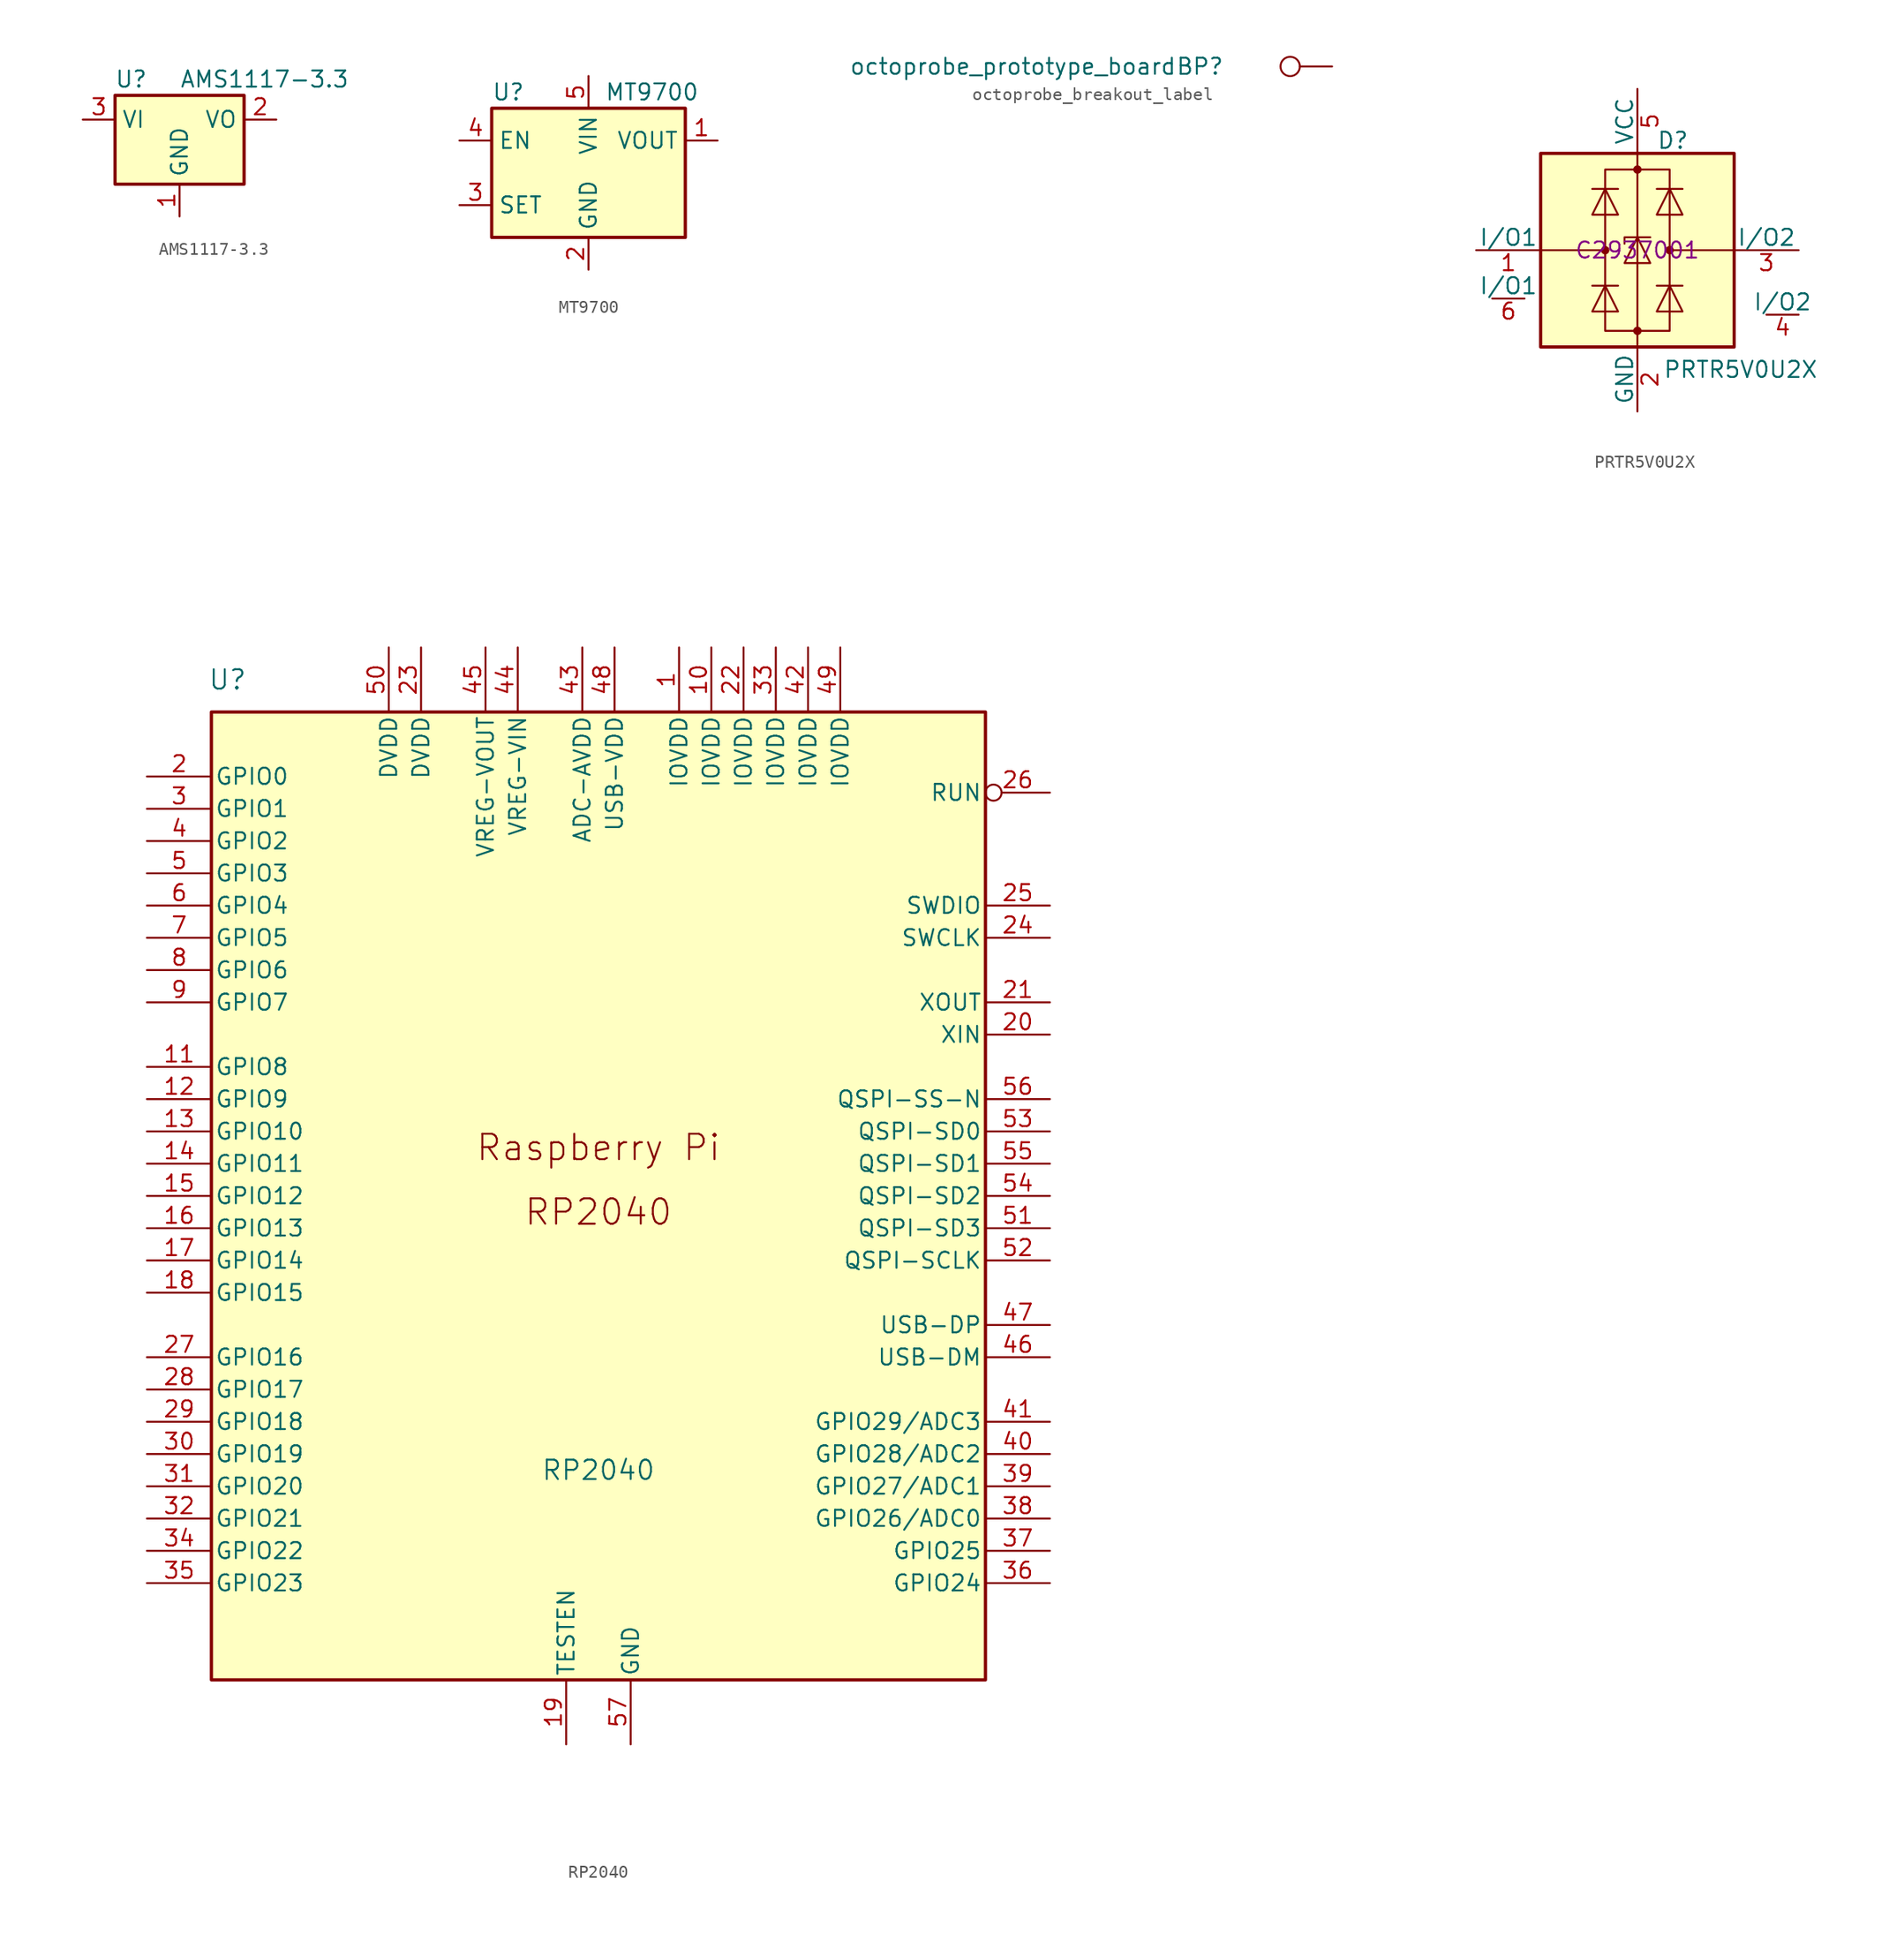
<source format=kicad_sym>
(kicad_symbol_lib
  (version 20241209)
  (generator "kicad_symbol_editor")
  (generator_version "9.0")
  (symbol "AMS1117-3.3"
    (property "Reference" "U"
      (at -3.81 3.175 0)
      (effects (font (size 1.27 1.27))))
    (property "Value" "AMS1117-3.3"
      (at 0 3.175 0)
      (effects (font (size 1.27 1.27)) (justify left)))
    (symbol "AMS1117-3.3_0_1"
      (rectangle (start -5.08 1.905) (end 5.08 -5.08) (stroke (width 0.254) (type default)) (fill (type background))))
    (symbol "AMS1117-3.3_1_1"
      (pin power_in line (at -7.62 0 0) (length 2.54) (name "VI" (effects (font (size 1.27 1.27)))) (number "3" (effects (font (size 1.27 1.27)))))
      (pin power_in line (at 0 -7.62 90) (length 2.54) (name "GND" (effects (font (size 1.27 1.27)))) (number "1" (effects (font (size 1.27 1.27)))))
      (pin power_out line (at 7.62 0 180) (length 2.54) (name "VO" (effects (font (size 1.27 1.27)))) (number "2" (effects (font (size 1.27 1.27)))))))
  (symbol "MT9700"
    (property "Reference" "U"
      (at -7.62 6.35 0)
      (effects (font (size 1.27 1.27)) (justify left)))
    (property "Value" "MT9700"
      (at 1.27 6.35 0)
      (effects (font (size 1.27 1.27)) (justify left)))
    (symbol "MT9700_0_1"
      (rectangle (start -7.62 5.08) (end 7.62 -5.08) (stroke (width 0.254) (type default)) (fill (type background))))
    (symbol "MT9700_1_1"
      (pin input line (at -10.16 2.54 0) (length 2.54) (name "EN" (effects (font (size 1.27 1.27)))) (number "4" (effects (font (size 1.27 1.27)))))
      (pin input line (at -10.16 -2.54 0) (length 2.54) (name "SET" (effects (font (size 1.27 1.27)))) (number "3" (effects (font (size 1.27 1.27)))))
      (pin power_in line (at 0 7.62 270) (length 2.54) (name "VIN" (effects (font (size 1.27 1.27)))) (number "5" (effects (font (size 1.27 1.27)))))
      (pin power_in line (at 0 -7.62 90) (length 2.54) (name "GND" (effects (font (size 1.27 1.27)))) (number "2" (effects (font (size 1.27 1.27)))))
      (pin power_out line (at 10.16 2.54 180) (length 2.54) (name "VOUT" (effects (font (size 1.27 1.27)))) (number "1" (effects (font (size 1.27 1.27)))))))
  (symbol "octoprobe_breakout_label"
    (pin_numbers
      (hide yes))
    (pin_names
      (offset 0.762)
      (hide yes))
    (property "Reference" "BP"
      (at -10.414 0 0)
      (effects (font (size 1.27 1.27))))
    (property "Value" "octoprobe_prototype_board"
      (at -25.146 0 0)
      (effects (font (size 1.27 1.27))))
    (symbol "octoprobe_breakout_label_0_1"
      (circle (center -3.302 0) (radius 0.762) (stroke (width 0) (type default)) (fill (type none))))
    (symbol "octoprobe_breakout_label_1_1"
      (pin passive line (at 0 0 180) (length 2.54) (name "1" (effects (font (size 1.27 1.27)))) (number "1" (effects (font (size 1.27 1.27)))))))
  (symbol "PRTR5V0U2X"
    (pin_names
      (offset 0))
    (property "Reference" "D"
      (at 2.794 8.636 0)
      (effects (font (size 1.27 1.27))))
    (property "Value" "PRTR5V0U2X"
      (at 8.128 -9.398 0)
      (effects (font (size 1.27 1.27))))
    (property "JLC" "C2937001"
      (at 0 0 0)
      (effects (font (size 1.27 1.27))))
    (symbol "PRTR5V0U2X_0_1"
      (rectangle (start -7.62 7.62) (end 7.62 -7.62) (stroke (width 0.254) (type default)) (fill (type background)))
      (polyline (pts (xy -3.556 2.794) (xy -1.524 2.794) (xy -2.54 4.826) (xy -3.556 2.794)) (stroke (width 0) (type default)) (fill (type none)))
      (polyline (pts (xy -3.556 -4.826) (xy -1.524 -4.826) (xy -2.54 -2.794) (xy -3.556 -4.826)) (stroke (width 0) (type default)) (fill (type none)))
      (rectangle (start -2.54 6.35) (end 2.54 -6.35) (stroke (width 0) (type default)) (fill (type none)))
      (circle (center -2.54 0) (radius 0.254) (stroke (width 0) (type default)) (fill (type outline)))
      (polyline (pts (xy -2.54 0) (xy -7.62 0)) (stroke (width 0) (type default)) (fill (type none)))
      (polyline (pts (xy -1.524 4.826) (xy -3.556 4.826)) (stroke (width 0) (type default)) (fill (type none)))
      (polyline (pts (xy -1.524 -2.794) (xy -3.556 -2.794)) (stroke (width 0) (type default)) (fill (type none)))
      (polyline (pts (xy -1.016 -1.016) (xy 1.016 -1.016) (xy 0 1.016) (xy -1.016 -1.016)) (stroke (width 0) (type default)) (fill (type none)))
      (circle (center 0 6.35) (radius 0.254) (stroke (width 0) (type default)) (fill (type outline)))
      (circle (center 0 -6.35) (radius 0.254) (stroke (width 0) (type default)) (fill (type outline)))
      (polyline (pts (xy 0 -7.62) (xy 0 7.62)) (stroke (width 0) (type default)) (fill (type none)))
      (polyline (pts (xy 1.016 1.016) (xy -1.016 1.016) (xy -1.016 0.508)) (stroke (width 0) (type default)) (fill (type none)))
      (polyline (pts (xy 1.524 4.826) (xy 3.556 4.826)) (stroke (width 0) (type default)) (fill (type none)))
      (polyline (pts (xy 1.524 -2.794) (xy 3.556 -2.794)) (stroke (width 0) (type default)) (fill (type none)))
      (polyline (pts (xy 2.54 0) (xy 7.62 0)) (stroke (width 0) (type default)) (fill (type none)))
      (circle (center 2.54 0) (radius 0.254) (stroke (width 0) (type default)) (fill (type outline)))
      (polyline (pts (xy 3.556 2.794) (xy 1.524 2.794) (xy 2.54 4.826) (xy 3.556 2.794)) (stroke (width 0) (type default)) (fill (type none)))
      (polyline (pts (xy 3.556 -4.826) (xy 1.524 -4.826) (xy 2.54 -2.794) (xy 3.556 -4.826)) (stroke (width 0) (type default)) (fill (type none))))
    (symbol "PRTR5V0U2X_1_0"
      (pin passive line (at -11.43 -3.81 0) (length 2.54) (name "I/O1" (effects (font (size 1.27 1.27)))) (number "6" (effects (font (size 1.27 1.27)))))
      (pin passive line (at 12.7 -5.08 180) (length 2.54) (name "I/O2" (effects (font (size 1.27 1.27)))) (number "4" (effects (font (size 1.27 1.27))))))
    (symbol "PRTR5V0U2X_1_1"
      (pin passive line (at -12.7 0 0) (length 5.08) (name "I/O1" (effects (font (size 1.27 1.27)))) (number "1" (effects (font (size 1.27 1.27)))))
      (pin passive line (at 0 12.7 270) (length 5.08) (name "VCC" (effects (font (size 1.27 1.27)))) (number "5" (effects (font (size 1.27 1.27)))))
      (pin passive line (at 0 -12.7 90) (length 5.08) (name "GND" (effects (font (size 1.27 1.27)))) (number "2" (effects (font (size 1.27 1.27)))))
      (pin passive line (at 12.7 0 180) (length 5.08) (name "I/O2" (effects (font (size 1.27 1.27)))) (number "3" (effects (font (size 1.27 1.27)))))))
  (symbol "RP2040"
    (pin_names
      (offset 0.254))
    (property "Reference" "U"
      (at 1.27 78.74 0)
      (effects (font (size 1.524 1.524))))
    (property "Value" "RP2040"
      (at 30.48 16.51 0)
      (effects (font (size 1.524 1.524))))
    (symbol "RP2040_0_0"
      (text "Raspberry Pi" (at 30.48 41.91 0) (effects (font (size 2 2))))
      (text "RP2040" (at 30.48 36.83 0) (effects (font (size 2 2)))))
    (symbol "RP2040_1_0"
      (rectangle (start 0 76.2) (end 60.96 0) (stroke (width 0.254) (type default)) (fill (type background))))
    (symbol "RP2040_1_1"
      (pin bidirectional line (at -5.08 71.12 0) (length 5.08) (name "GPIO0" (effects (font (size 1.27 1.27)))) (number "2" (effects (font (size 1.27 1.27)))))
      (pin bidirectional line (at -5.08 68.58 0) (length 5.08) (name "GPIO1" (effects (font (size 1.27 1.27)))) (number "3" (effects (font (size 1.27 1.27)))))
      (pin bidirectional line (at -5.08 66.04 0) (length 5.08) (name "GPIO2" (effects (font (size 1.27 1.27)))) (number "4" (effects (font (size 1.27 1.27)))))
      (pin bidirectional line (at -5.08 63.5 0) (length 5.08) (name "GPIO3" (effects (font (size 1.27 1.27)))) (number "5" (effects (font (size 1.27 1.27)))))
      (pin bidirectional line (at -5.08 60.96 0) (length 5.08) (name "GPIO4" (effects (font (size 1.27 1.27)))) (number "6" (effects (font (size 1.27 1.27)))))
      (pin bidirectional line (at -5.08 58.42 0) (length 5.08) (name "GPIO5" (effects (font (size 1.27 1.27)))) (number "7" (effects (font (size 1.27 1.27)))))
      (pin bidirectional line (at -5.08 55.88 0) (length 5.08) (name "GPIO6" (effects (font (size 1.27 1.27)))) (number "8" (effects (font (size 1.27 1.27)))))
      (pin bidirectional line (at -5.08 53.34 0) (length 5.08) (name "GPIO7" (effects (font (size 1.27 1.27)))) (number "9" (effects (font (size 1.27 1.27)))))
      (pin bidirectional line (at -5.08 48.26 0) (length 5.08) (name "GPIO8" (effects (font (size 1.27 1.27)))) (number "11" (effects (font (size 1.27 1.27)))))
      (pin bidirectional line (at -5.08 45.72 0) (length 5.08) (name "GPIO9" (effects (font (size 1.27 1.27)))) (number "12" (effects (font (size 1.27 1.27)))))
      (pin bidirectional line (at -5.08 43.18 0) (length 5.08) (name "GPIO10" (effects (font (size 1.27 1.27)))) (number "13" (effects (font (size 1.27 1.27)))))
      (pin bidirectional line (at -5.08 40.64 0) (length 5.08) (name "GPIO11" (effects (font (size 1.27 1.27)))) (number "14" (effects (font (size 1.27 1.27)))))
      (pin bidirectional line (at -5.08 38.1 0) (length 5.08) (name "GPIO12" (effects (font (size 1.27 1.27)))) (number "15" (effects (font (size 1.27 1.27)))))
      (pin bidirectional line (at -5.08 35.56 0) (length 5.08) (name "GPIO13" (effects (font (size 1.27 1.27)))) (number "16" (effects (font (size 1.27 1.27)))))
      (pin bidirectional line (at -5.08 33.02 0) (length 5.08) (name "GPIO14" (effects (font (size 1.27 1.27)))) (number "17" (effects (font (size 1.27 1.27)))))
      (pin bidirectional line (at -5.08 30.48 0) (length 5.08) (name "GPIO15" (effects (font (size 1.27 1.27)))) (number "18" (effects (font (size 1.27 1.27)))))
      (pin bidirectional line (at -5.08 25.4 0) (length 5.08) (name "GPIO16" (effects (font (size 1.27 1.27)))) (number "27" (effects (font (size 1.27 1.27)))))
      (pin bidirectional line (at -5.08 22.86 0) (length 5.08) (name "GPIO17" (effects (font (size 1.27 1.27)))) (number "28" (effects (font (size 1.27 1.27)))))
      (pin bidirectional line (at -5.08 20.32 0) (length 5.08) (name "GPIO18" (effects (font (size 1.27 1.27)))) (number "29" (effects (font (size 1.27 1.27)))))
      (pin bidirectional line (at -5.08 17.78 0) (length 5.08) (name "GPIO19" (effects (font (size 1.27 1.27)))) (number "30" (effects (font (size 1.27 1.27)))))
      (pin bidirectional line (at -5.08 15.24 0) (length 5.08) (name "GPIO20" (effects (font (size 1.27 1.27)))) (number "31" (effects (font (size 1.27 1.27)))))
      (pin bidirectional line (at -5.08 12.7 0) (length 5.08) (name "GPIO21" (effects (font (size 1.27 1.27)))) (number "32" (effects (font (size 1.27 1.27)))))
      (pin bidirectional line (at -5.08 10.16 0) (length 5.08) (name "GPIO22" (effects (font (size 1.27 1.27)))) (number "34" (effects (font (size 1.27 1.27)))))
      (pin bidirectional line (at -5.08 7.62 0) (length 5.08) (name "GPIO23" (effects (font (size 1.27 1.27)))) (number "35" (effects (font (size 1.27 1.27)))))
      (pin power_in line (at 13.97 81.28 270) (length 5.08) (name "DVDD" (effects (font (size 1.27 1.27)))) (number "50" (effects (font (size 1.27 1.27)))))
      (pin power_in line (at 16.51 81.28 270) (length 5.08) (name "DVDD" (effects (font (size 1.27 1.27)))) (number "23" (effects (font (size 1.27 1.27)))))
      (pin power_out line (at 21.59 81.28 270) (length 5.08) (name "VREG-VOUT" (effects (font (size 1.27 1.27)))) (number "45" (effects (font (size 1.27 1.27)))))
      (pin power_in line (at 24.13 81.28 270) (length 5.08) (name "VREG-VIN" (effects (font (size 1.27 1.27)))) (number "44" (effects (font (size 1.27 1.27)))))
      (pin input line (at 27.94 -5.08 90) (length 5.08) (name "TESTEN" (effects (font (size 1.27 1.27)))) (number "19" (effects (font (size 1.27 1.27)))))
      (pin power_in line (at 29.21 81.28 270) (length 5.08) (name "ADC-AVDD" (effects (font (size 1.27 1.27)))) (number "43" (effects (font (size 1.27 1.27)))))
      (pin power_in line (at 31.75 81.28 270) (length 5.08) (name "USB-VDD" (effects (font (size 1.27 1.27)))) (number "48" (effects (font (size 1.27 1.27)))))
      (pin power_in line (at 33.02 -5.08 90) (length 5.08) (name "GND" (effects (font (size 1.27 1.27)))) (number "57" (effects (font (size 1.27 1.27)))))
      (pin power_in line (at 36.83 81.28 270) (length 5.08) (name "IOVDD" (effects (font (size 1.27 1.27)))) (number "1" (effects (font (size 1.27 1.27)))))
      (pin power_in line (at 39.37 81.28 270) (length 5.08) (name "IOVDD" (effects (font (size 1.27 1.27)))) (number "10" (effects (font (size 1.27 1.27)))))
      (pin power_in line (at 41.91 81.28 270) (length 5.08) (name "IOVDD" (effects (font (size 1.27 1.27)))) (number "22" (effects (font (size 1.27 1.27)))))
      (pin power_in line (at 44.45 81.28 270) (length 5.08) (name "IOVDD" (effects (font (size 1.27 1.27)))) (number "33" (effects (font (size 1.27 1.27)))))
      (pin power_in line (at 46.99 81.28 270) (length 5.08) (name "IOVDD" (effects (font (size 1.27 1.27)))) (number "42" (effects (font (size 1.27 1.27)))))
      (pin power_in line (at 49.53 81.28 270) (length 5.08) (name "IOVDD" (effects (font (size 1.27 1.27)))) (number "49" (effects (font (size 1.27 1.27)))))
      (pin input inverted (at 66.04 69.85 180) (length 5.08) (name "RUN" (effects (font (size 1.27 1.27)))) (number "26" (effects (font (size 1.27 1.27)))))
      (pin unspecified line (at 66.04 60.96 180) (length 5.08) (name "SWDIO" (effects (font (size 1.27 1.27)))) (number "25" (effects (font (size 1.27 1.27)))))
      (pin unspecified line (at 66.04 58.42 180) (length 5.08) (name "SWCLK" (effects (font (size 1.27 1.27)))) (number "24" (effects (font (size 1.27 1.27)))))
      (pin output line (at 66.04 53.34 180) (length 5.08) (name "XOUT" (effects (font (size 1.27 1.27)))) (number "21" (effects (font (size 1.27 1.27)))))
      (pin bidirectional line (at 66.04 50.8 180) (length 5.08) (name "XIN" (effects (font (size 1.27 1.27)))) (number "20" (effects (font (size 1.27 1.27)))))
      (pin bidirectional line (at 66.04 45.72 180) (length 5.08) (name "QSPI-SS-N" (effects (font (size 1.27 1.27)))) (number "56" (effects (font (size 1.27 1.27)))))
      (pin bidirectional line (at 66.04 43.18 180) (length 5.08) (name "QSPI-SD0" (effects (font (size 1.27 1.27)))) (number "53" (effects (font (size 1.27 1.27)))))
      (pin bidirectional line (at 66.04 40.64 180) (length 5.08) (name "QSPI-SD1" (effects (font (size 1.27 1.27)))) (number "55" (effects (font (size 1.27 1.27)))))
      (pin bidirectional line (at 66.04 38.1 180) (length 5.08) (name "QSPI-SD2" (effects (font (size 1.27 1.27)))) (number "54" (effects (font (size 1.27 1.27)))))
      (pin bidirectional line (at 66.04 35.56 180) (length 5.08) (name "QSPI-SD3" (effects (font (size 1.27 1.27)))) (number "51" (effects (font (size 1.27 1.27)))))
      (pin bidirectional line (at 66.04 33.02 180) (length 5.08) (name "QSPI-SCLK" (effects (font (size 1.27 1.27)))) (number "52" (effects (font (size 1.27 1.27)))))
      (pin bidirectional line (at 66.04 27.94 180) (length 5.08) (name "USB-DP" (effects (font (size 1.27 1.27)))) (number "47" (effects (font (size 1.27 1.27)))))
      (pin bidirectional line (at 66.04 25.4 180) (length 5.08) (name "USB-DM" (effects (font (size 1.27 1.27)))) (number "46" (effects (font (size 1.27 1.27)))))
      (pin bidirectional line (at 66.04 20.32 180) (length 5.08) (name "GPIO29/ADC3" (effects (font (size 1.27 1.27)))) (number "41" (effects (font (size 1.27 1.27)))))
      (pin bidirectional line (at 66.04 17.78 180) (length 5.08) (name "GPIO28/ADC2" (effects (font (size 1.27 1.27)))) (number "40" (effects (font (size 1.27 1.27)))))
      (pin bidirectional line (at 66.04 15.24 180) (length 5.08) (name "GPIO27/ADC1" (effects (font (size 1.27 1.27)))) (number "39" (effects (font (size 1.27 1.27)))))
      (pin bidirectional line (at 66.04 12.7 180) (length 5.08) (name "GPIO26/ADC0" (effects (font (size 1.27 1.27)))) (number "38" (effects (font (size 1.27 1.27)))))
      (pin bidirectional line (at 66.04 10.16 180) (length 5.08) (name "GPIO25" (effects (font (size 1.27 1.27)))) (number "37" (effects (font (size 1.27 1.27)))))
      (pin bidirectional line (at 66.04 7.62 180) (length 5.08) (name "GPIO24" (effects (font (size 1.27 1.27)))) (number "36" (effects (font (size 1.27 1.27))))))))
</source>
